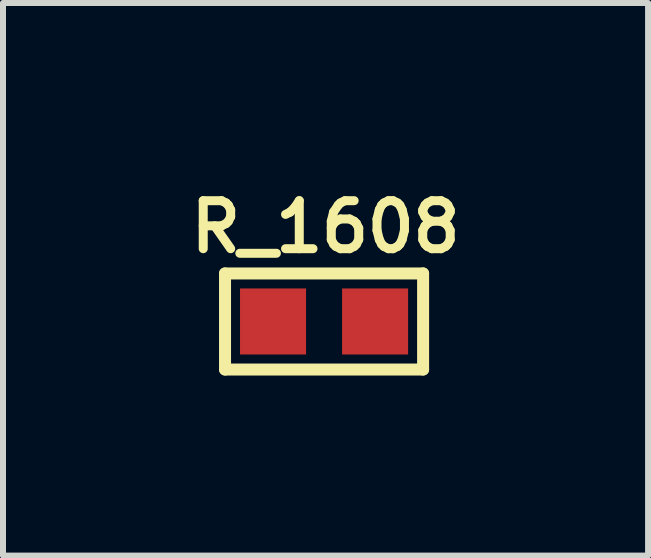
<source format=kicad_pcb>
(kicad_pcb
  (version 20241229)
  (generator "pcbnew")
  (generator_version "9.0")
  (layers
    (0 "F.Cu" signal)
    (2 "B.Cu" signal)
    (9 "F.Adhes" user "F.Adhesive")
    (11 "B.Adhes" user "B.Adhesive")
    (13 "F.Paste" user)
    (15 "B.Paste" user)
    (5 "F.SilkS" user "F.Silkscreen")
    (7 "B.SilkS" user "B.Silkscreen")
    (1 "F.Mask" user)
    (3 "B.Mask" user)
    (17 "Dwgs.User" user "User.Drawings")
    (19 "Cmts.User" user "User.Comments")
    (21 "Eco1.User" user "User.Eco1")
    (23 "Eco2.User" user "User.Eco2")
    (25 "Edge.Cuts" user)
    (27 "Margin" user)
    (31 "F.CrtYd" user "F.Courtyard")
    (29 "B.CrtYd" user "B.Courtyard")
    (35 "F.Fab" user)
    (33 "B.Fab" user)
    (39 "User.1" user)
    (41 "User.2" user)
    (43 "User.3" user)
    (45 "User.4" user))
  (footprint "R_1608"
    (layer "F.Cu")
    (at 2.349 2.306)
    (property "Reference" "R_1608" (at 0.025 -1.575 0) (layer "F.SilkS") (effects (font (size 0.8 0.8) (thickness 0.15))))
    (attr smd)
    (fp_line (start -1.65 -0.8) (end 1.65 -0.8) (stroke (width 0.2) (type solid)) (layer "F.SilkS"))
    (fp_line (start -1.65 0.8) (end -1.65 -0.8) (stroke (width 0.2) (type solid)) (layer "F.SilkS"))
    (fp_line (start 1.65 -0.8) (end 1.65 0.8) (stroke (width 0.2) (type solid)) (layer "F.SilkS"))
    (fp_line (start 1.65 0.8) (end -1.65 0.8) (stroke (width 0.2) (type solid)) (layer "F.SilkS"))
    (pad "1" smd rect (at -0.85 0) (size 1.1 1.1) (layers "F.Cu" "F.Mask" "F.Paste"))
    (pad "2" smd rect (at 0.85 0) (size 1.1 1.1) (layers "F.Cu" "F.Mask" "F.Paste")))
  (gr_rect
    (start -3 -3)
    (end 7.747 6.206)
    (stroke (width 0.1) (type default))
    (fill no)
    (layer "Edge.Cuts")))
</source>
